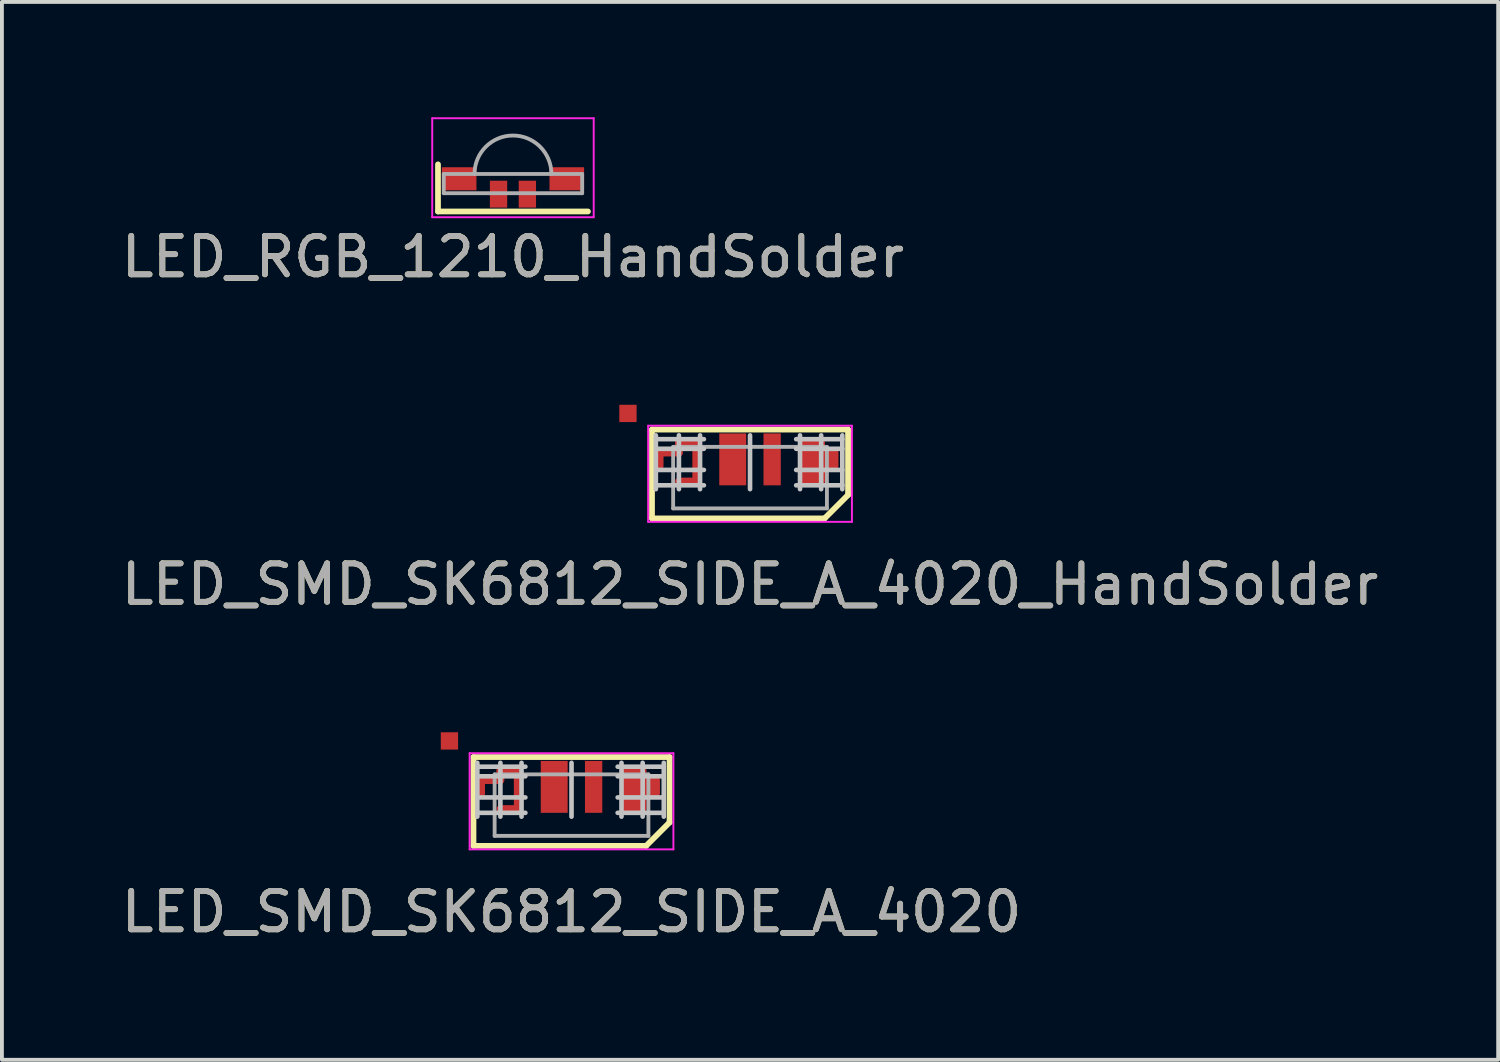
<source format=kicad_pcb>
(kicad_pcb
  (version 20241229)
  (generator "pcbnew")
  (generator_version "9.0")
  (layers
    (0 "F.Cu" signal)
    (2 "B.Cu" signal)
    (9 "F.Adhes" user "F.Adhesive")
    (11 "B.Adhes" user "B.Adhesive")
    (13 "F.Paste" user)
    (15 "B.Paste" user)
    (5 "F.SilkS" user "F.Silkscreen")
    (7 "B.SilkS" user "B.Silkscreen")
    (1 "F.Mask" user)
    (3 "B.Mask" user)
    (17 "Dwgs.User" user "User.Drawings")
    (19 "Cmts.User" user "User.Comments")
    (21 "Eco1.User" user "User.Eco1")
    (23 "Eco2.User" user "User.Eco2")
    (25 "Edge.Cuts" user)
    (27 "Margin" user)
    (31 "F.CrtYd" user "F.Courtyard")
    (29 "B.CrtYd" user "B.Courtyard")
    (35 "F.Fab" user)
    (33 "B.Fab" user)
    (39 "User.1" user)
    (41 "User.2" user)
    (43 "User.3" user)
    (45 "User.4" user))
  (footprint "LED_SMD_SK6812_SIDE_A_4020_HandSolder"
    (layer "F.Cu")
    (at 16.458 8.973)
    (property "Reference" "LED_SMD_SK6812_SIDE_A_4020_HandSolder" (at 0 3.175 0) (layer "F.SilkS") (effects (font (size 1 1) (thickness 0.15))))
    (attr smd)
    (fp_line (start -2.35 -0.25) (end -1.85 -0.25) (stroke (width 0.2) (type solid)) (layer "F.Cu"))
    (fp_line (start -2.35 0.1) (end -2.35 -0.25) (stroke (width 0.2) (type solid)) (layer "F.Cu"))
    (fp_line (start -1.85 -0.5) (end -1.4 -0.5) (stroke (width 0.2) (type solid)) (layer "F.Cu"))
    (fp_line (start -1.85 -0.25) (end -1.85 -0.5) (stroke (width 0.2) (type solid)) (layer "F.Cu"))
    (fp_line (start -1.85 0.5) (end -1.4 0.5) (stroke (width 0.2) (type solid)) (layer "F.Cu"))
    (fp_line (start -1.4 -0.5) (end -1.4 0.5) (stroke (width 0.2) (type solid)) (layer "F.Cu"))
    (fp_line (start -2.55 -0.85) (end -2.55 1.46) (stroke (width 0.15) (type solid)) (layer "F.SilkS"))
    (fp_line (start 1.94 1.46) (end -2.55 1.46) (stroke (width 0.15) (type solid)) (layer "F.SilkS"))
    (fp_line (start 2.55 -0.85) (end -2.55 -0.85) (stroke (width 0.15) (type solid)) (layer "F.SilkS"))
    (fp_line (start 2.55 -0.85) (end 2.55 0.85) (stroke (width 0.15) (type solid)) (layer "F.SilkS"))
    (fp_line (start 2.55 0.85) (end 1.94 1.46) (stroke (width 0.15) (type solid)) (layer "F.SilkS"))
    (fp_line (start -2.45 -0.7) (end -2.45 0.7) (stroke (width 0.12) (type solid)) (layer "Dwgs.User"))
    (fp_line (start -2.4 -0.6) (end -1.2 -0.6) (stroke (width 0.12) (type solid)) (layer "Dwgs.User"))
    (fp_line (start -2.4 -0.35) (end -1.2 -0.35) (stroke (width 0.12) (type solid)) (layer "Dwgs.User"))
    (fp_line (start -2.4 0.2) (end -1.2 0.2) (stroke (width 0.12) (type solid)) (layer "Dwgs.User"))
    (fp_line (start -2.4 0.6) (end -1.2 0.6) (stroke (width 0.12) (type solid)) (layer "Dwgs.User"))
    (fp_line (start -1.85 -0.7) (end -1.85 0.7) (stroke (width 0.12) (type solid)) (layer "Dwgs.User"))
    (fp_line (start -1.3 -0.7) (end -1.3 0.7) (stroke (width 0.12) (type solid)) (layer "Dwgs.User"))
    (fp_line (start 0 -0.7) (end 0 0.7) (stroke (width 0.12) (type solid)) (layer "Dwgs.User"))
    (fp_line (start 1.2 -0.6) (end 2.4 -0.6) (stroke (width 0.12) (type solid)) (layer "Dwgs.User"))
    (fp_line (start 1.2 -0.35) (end 2.4 -0.35) (stroke (width 0.12) (type solid)) (layer "Dwgs.User"))
    (fp_line (start 1.2 0.2) (end 2.4 0.2) (stroke (width 0.12) (type solid)) (layer "Dwgs.User"))
    (fp_line (start 1.2 0.6) (end 2.4 0.6) (stroke (width 0.12) (type solid)) (layer "Dwgs.User"))
    (fp_line (start 1.3 -0.7) (end 1.3 0.7) (stroke (width 0.12) (type solid)) (layer "Dwgs.User"))
    (fp_line (start 1.85 -0.7) (end 1.85 0.7) (stroke (width 0.12) (type solid)) (layer "Dwgs.User"))
    (fp_line (start 2.4 -0.7) (end 2.4 0.7) (stroke (width 0.12) (type solid)) (layer "Dwgs.User"))
    (fp_line (start -2.65 -0.95) (end -2.65 1.55) (stroke (width 0.05) (type solid)) (layer "F.CrtYd"))
    (fp_line (start -2.65 1.55) (end 2.65 1.55) (stroke (width 0.05) (type solid)) (layer "F.CrtYd"))
    (fp_line (start 2.65 -0.95) (end -2.65 -0.95) (stroke (width 0.05) (type solid)) (layer "F.CrtYd"))
    (fp_line (start 2.65 1.55) (end 2.65 -0.95) (stroke (width 0.05) (type solid)) (layer "F.CrtYd"))
    (fp_line (start -2 -0.4) (end -2 1.2) (stroke (width 0.1) (type solid)) (layer "F.Fab"))
    (fp_line (start -2 -0.4) (end 2 -0.4) (stroke (width 0.1) (type solid)) (layer "F.Fab"))
    (fp_line (start -2 1.2) (end 2 1.2) (stroke (width 0.1) (type solid)) (layer "F.Fab"))
    (fp_line (start 2 -0.4) (end 2 1.2) (stroke (width 0.1) (type solid)) (layer "F.Fab"))
    (fp_text user "${REFERENCE}" (at 0 3.175 0) (layer "F.Fab") (effects (font (size 1 1) (thickness 0.15))))
    (pad "1" smd rect (at -3.175 -1.27 180) (size 0.45 0.45) (layers "F.Cu" "F.Mask" "F.Paste"))
    (pad "2" smd rect (at -0.45 -0.075 180) (size 0.7 1.35) (layers "F.Cu" "F.Mask" "F.Paste"))
    (pad "3" smd rect (at 0.575 -0.075 180) (size 0.45 1.35) (layers "F.Cu" "F.Mask" "F.Paste"))
    (pad "4" smd custom (at 1.8 0 180) (size 0.3 0.3) (layers "F.Cu" "F.Mask" "F.Paste") (options (anchor rect)) (primitives (gr_poly (pts (xy 0.4 0.5) (xy -0.05 0.5) (xy -0.05 0.25) (xy -0.4 0.25) (xy -0.4 -0.1) (xy -0.05 -0.1) (xy -0.05 -0.5) (xy 0.4 -0.5)) (width 0.2) (fill yes)))))
  (footprint "LED_SMD_SK6812_SIDE_A_4020"
    (layer "F.Cu")
    (at 11.815 17.491)
    (property "Reference" "LED_SMD_SK6812_SIDE_A_4020" (at 0 3.175 0) (layer "F.SilkS") (effects (font (size 1 1) (thickness 0.15))))
    (attr smd)
    (fp_line (start -2.35 -0.25) (end -1.85 -0.25) (stroke (width 0.2) (type solid)) (layer "F.Cu"))
    (fp_line (start -2.35 0.1) (end -2.35 -0.25) (stroke (width 0.2) (type solid)) (layer "F.Cu"))
    (fp_line (start -1.85 -0.5) (end -1.4 -0.5) (stroke (width 0.2) (type solid)) (layer "F.Cu"))
    (fp_line (start -1.85 -0.25) (end -1.85 -0.5) (stroke (width 0.2) (type solid)) (layer "F.Cu"))
    (fp_line (start -1.85 0.5) (end -1.4 0.5) (stroke (width 0.2) (type solid)) (layer "F.Cu"))
    (fp_line (start -1.4 -0.5) (end -1.4 0.5) (stroke (width 0.2) (type solid)) (layer "F.Cu"))
    (fp_line (start -2.55 -0.85) (end -2.55 1.46) (stroke (width 0.15) (type solid)) (layer "F.SilkS"))
    (fp_line (start 1.94 1.46) (end -2.55 1.46) (stroke (width 0.15) (type solid)) (layer "F.SilkS"))
    (fp_line (start 2.55 -0.85) (end -2.55 -0.85) (stroke (width 0.15) (type solid)) (layer "F.SilkS"))
    (fp_line (start 2.55 -0.85) (end 2.55 0.85) (stroke (width 0.15) (type solid)) (layer "F.SilkS"))
    (fp_line (start 2.55 0.85) (end 1.94 1.46) (stroke (width 0.15) (type solid)) (layer "F.SilkS"))
    (fp_line (start -2.45 -0.7) (end -2.45 0.7) (stroke (width 0.12) (type solid)) (layer "Dwgs.User"))
    (fp_line (start -2.4 -0.6) (end -1.2 -0.6) (stroke (width 0.12) (type solid)) (layer "Dwgs.User"))
    (fp_line (start -2.4 -0.35) (end -1.2 -0.35) (stroke (width 0.12) (type solid)) (layer "Dwgs.User"))
    (fp_line (start -2.4 0.2) (end -1.2 0.2) (stroke (width 0.12) (type solid)) (layer "Dwgs.User"))
    (fp_line (start -2.4 0.6) (end -1.2 0.6) (stroke (width 0.12) (type solid)) (layer "Dwgs.User"))
    (fp_line (start -1.85 -0.7) (end -1.85 0.7) (stroke (width 0.12) (type solid)) (layer "Dwgs.User"))
    (fp_line (start -1.3 -0.7) (end -1.3 0.7) (stroke (width 0.12) (type solid)) (layer "Dwgs.User"))
    (fp_line (start 0 -0.7) (end 0 0.7) (stroke (width 0.12) (type solid)) (layer "Dwgs.User"))
    (fp_line (start 1.2 -0.6) (end 2.4 -0.6) (stroke (width 0.12) (type solid)) (layer "Dwgs.User"))
    (fp_line (start 1.2 -0.35) (end 2.4 -0.35) (stroke (width 0.12) (type solid)) (layer "Dwgs.User"))
    (fp_line (start 1.2 0.2) (end 2.4 0.2) (stroke (width 0.12) (type solid)) (layer "Dwgs.User"))
    (fp_line (start 1.2 0.6) (end 2.4 0.6) (stroke (width 0.12) (type solid)) (layer "Dwgs.User"))
    (fp_line (start 1.3 -0.7) (end 1.3 0.7) (stroke (width 0.12) (type solid)) (layer "Dwgs.User"))
    (fp_line (start 1.85 -0.7) (end 1.85 0.7) (stroke (width 0.12) (type solid)) (layer "Dwgs.User"))
    (fp_line (start 2.4 -0.7) (end 2.4 0.7) (stroke (width 0.12) (type solid)) (layer "Dwgs.User"))
    (fp_line (start -2.65 -0.95) (end -2.65 1.55) (stroke (width 0.05) (type solid)) (layer "F.CrtYd"))
    (fp_line (start -2.65 1.55) (end 2.65 1.55) (stroke (width 0.05) (type solid)) (layer "F.CrtYd"))
    (fp_line (start 2.65 -0.95) (end -2.65 -0.95) (stroke (width 0.05) (type solid)) (layer "F.CrtYd"))
    (fp_line (start 2.65 1.55) (end 2.65 -0.95) (stroke (width 0.05) (type solid)) (layer "F.CrtYd"))
    (fp_line (start -2 -0.4) (end -2 1.2) (stroke (width 0.1) (type solid)) (layer "F.Fab"))
    (fp_line (start -2 -0.4) (end 2 -0.4) (stroke (width 0.1) (type solid)) (layer "F.Fab"))
    (fp_line (start -2 1.2) (end 2 1.2) (stroke (width 0.1) (type solid)) (layer "F.Fab"))
    (fp_line (start 2 -0.4) (end 2 1.2) (stroke (width 0.1) (type solid)) (layer "F.Fab"))
    (fp_text user "${REFERENCE}" (at 0 3.175 0) (layer "F.Fab") (effects (font (size 1 1) (thickness 0.15))))
    (pad "1" smd rect (at -3.175 -1.27 180) (size 0.45 0.45) (layers "F.Cu" "F.Mask" "F.Paste"))
    (pad "2" smd rect (at -0.45 -0.075 180) (size 0.7 1.35) (layers "F.Cu" "F.Mask" "F.Paste"))
    (pad "3" smd rect (at 0.575 -0.075 180) (size 0.45 1.35) (layers "F.Cu" "F.Mask" "F.Paste"))
    (pad "4" smd custom (at 1.8 0 180) (size 0.3 0.3) (layers "F.Cu" "F.Mask" "F.Paste") (options (anchor rect)) (primitives (gr_poly (pts (xy 0.4 0.5) (xy -0.05 0.5) (xy -0.05 0.25) (xy -0.4 0.25) (xy -0.4 -0.1) (xy -0.05 -0.1) (xy -0.05 -0.5) (xy 0.4 -0.5)) (width 0.2) (fill yes)))))
  (footprint "LED_RGB_1210_HandSolder"
    (layer "F.Cu")
    (at 10.292 1.725)
    (property "Reference" "LED_RGB_1210_HandSolder" (at 0 1.905 0) (layer "F.SilkS") (effects (font (size 1 1) (thickness 0.15))))
    (attr smd)
    (fp_line (start -1.95 -0.5) (end -1.95 0.725) (stroke (width 0.15) (type solid)) (layer "F.SilkS"))
    (fp_line (start 1.95 0.725) (end -1.95 0.725) (stroke (width 0.15) (type solid)) (layer "F.SilkS"))
    (fp_line (start -2.1 -1.7) (end -2.1 0.875) (stroke (width 0.05) (type solid)) (layer "F.CrtYd"))
    (fp_line (start -2.1 0.875) (end 2.1 0.875) (stroke (width 0.05) (type solid)) (layer "F.CrtYd"))
    (fp_line (start 2.1 -1.7) (end -2.1 -1.7) (stroke (width 0.05) (type solid)) (layer "F.CrtYd"))
    (fp_line (start 2.1 0.875) (end 2.1 -1.7) (stroke (width 0.05) (type solid)) (layer "F.CrtYd"))
    (fp_line (start -1.8 -0.25) (end 1.8 -0.25) (stroke (width 0.1) (type solid)) (layer "F.Fab"))
    (fp_line (start -1.8 0.25) (end -1.8 -0.25) (stroke (width 0.1) (type solid)) (layer "F.Fab"))
    (fp_line (start 1.8 -0.25) (end 1.8 0.25) (stroke (width 0.1) (type solid)) (layer "F.Fab"))
    (fp_line (start 1.8 0.25) (end -1.8 0.25) (stroke (width 0.1) (type solid)) (layer "F.Fab"))
    (fp_arc (start -1 -0.25) (mid 0 -1.25) (end 1 -0.25) (stroke (width 0.1) (type solid)) (layer "F.Fab"))
    (fp_text user "${REFERENCE}" (at 0 1.905 0) (layer "F.Fab") (effects (font (size 1 1) (thickness 0.15))))
    (pad "1" smd rect (at -1.4 -0.125 180) (size 0.9 0.6) (layers "F.Cu" "F.Mask" "F.Paste"))
    (pad "2" smd rect (at -0.375 0.275 180) (size 0.45 0.7) (layers "F.Cu" "F.Mask" "F.Paste"))
    (pad "3" smd rect (at 0.375 0.275 180) (size 0.45 0.7) (layers "F.Cu" "F.Mask" "F.Paste"))
    (pad "4" smd rect (at 1.4 -0.125 180) (size 0.9 0.6) (layers "F.Cu" "F.Mask" "F.Paste")))
  (gr_rect
    (start -3 -3)
    (end 35.917 24.515)
    (stroke (width 0.1) (type default))
    (fill no)
    (layer "Edge.Cuts")))
</source>
